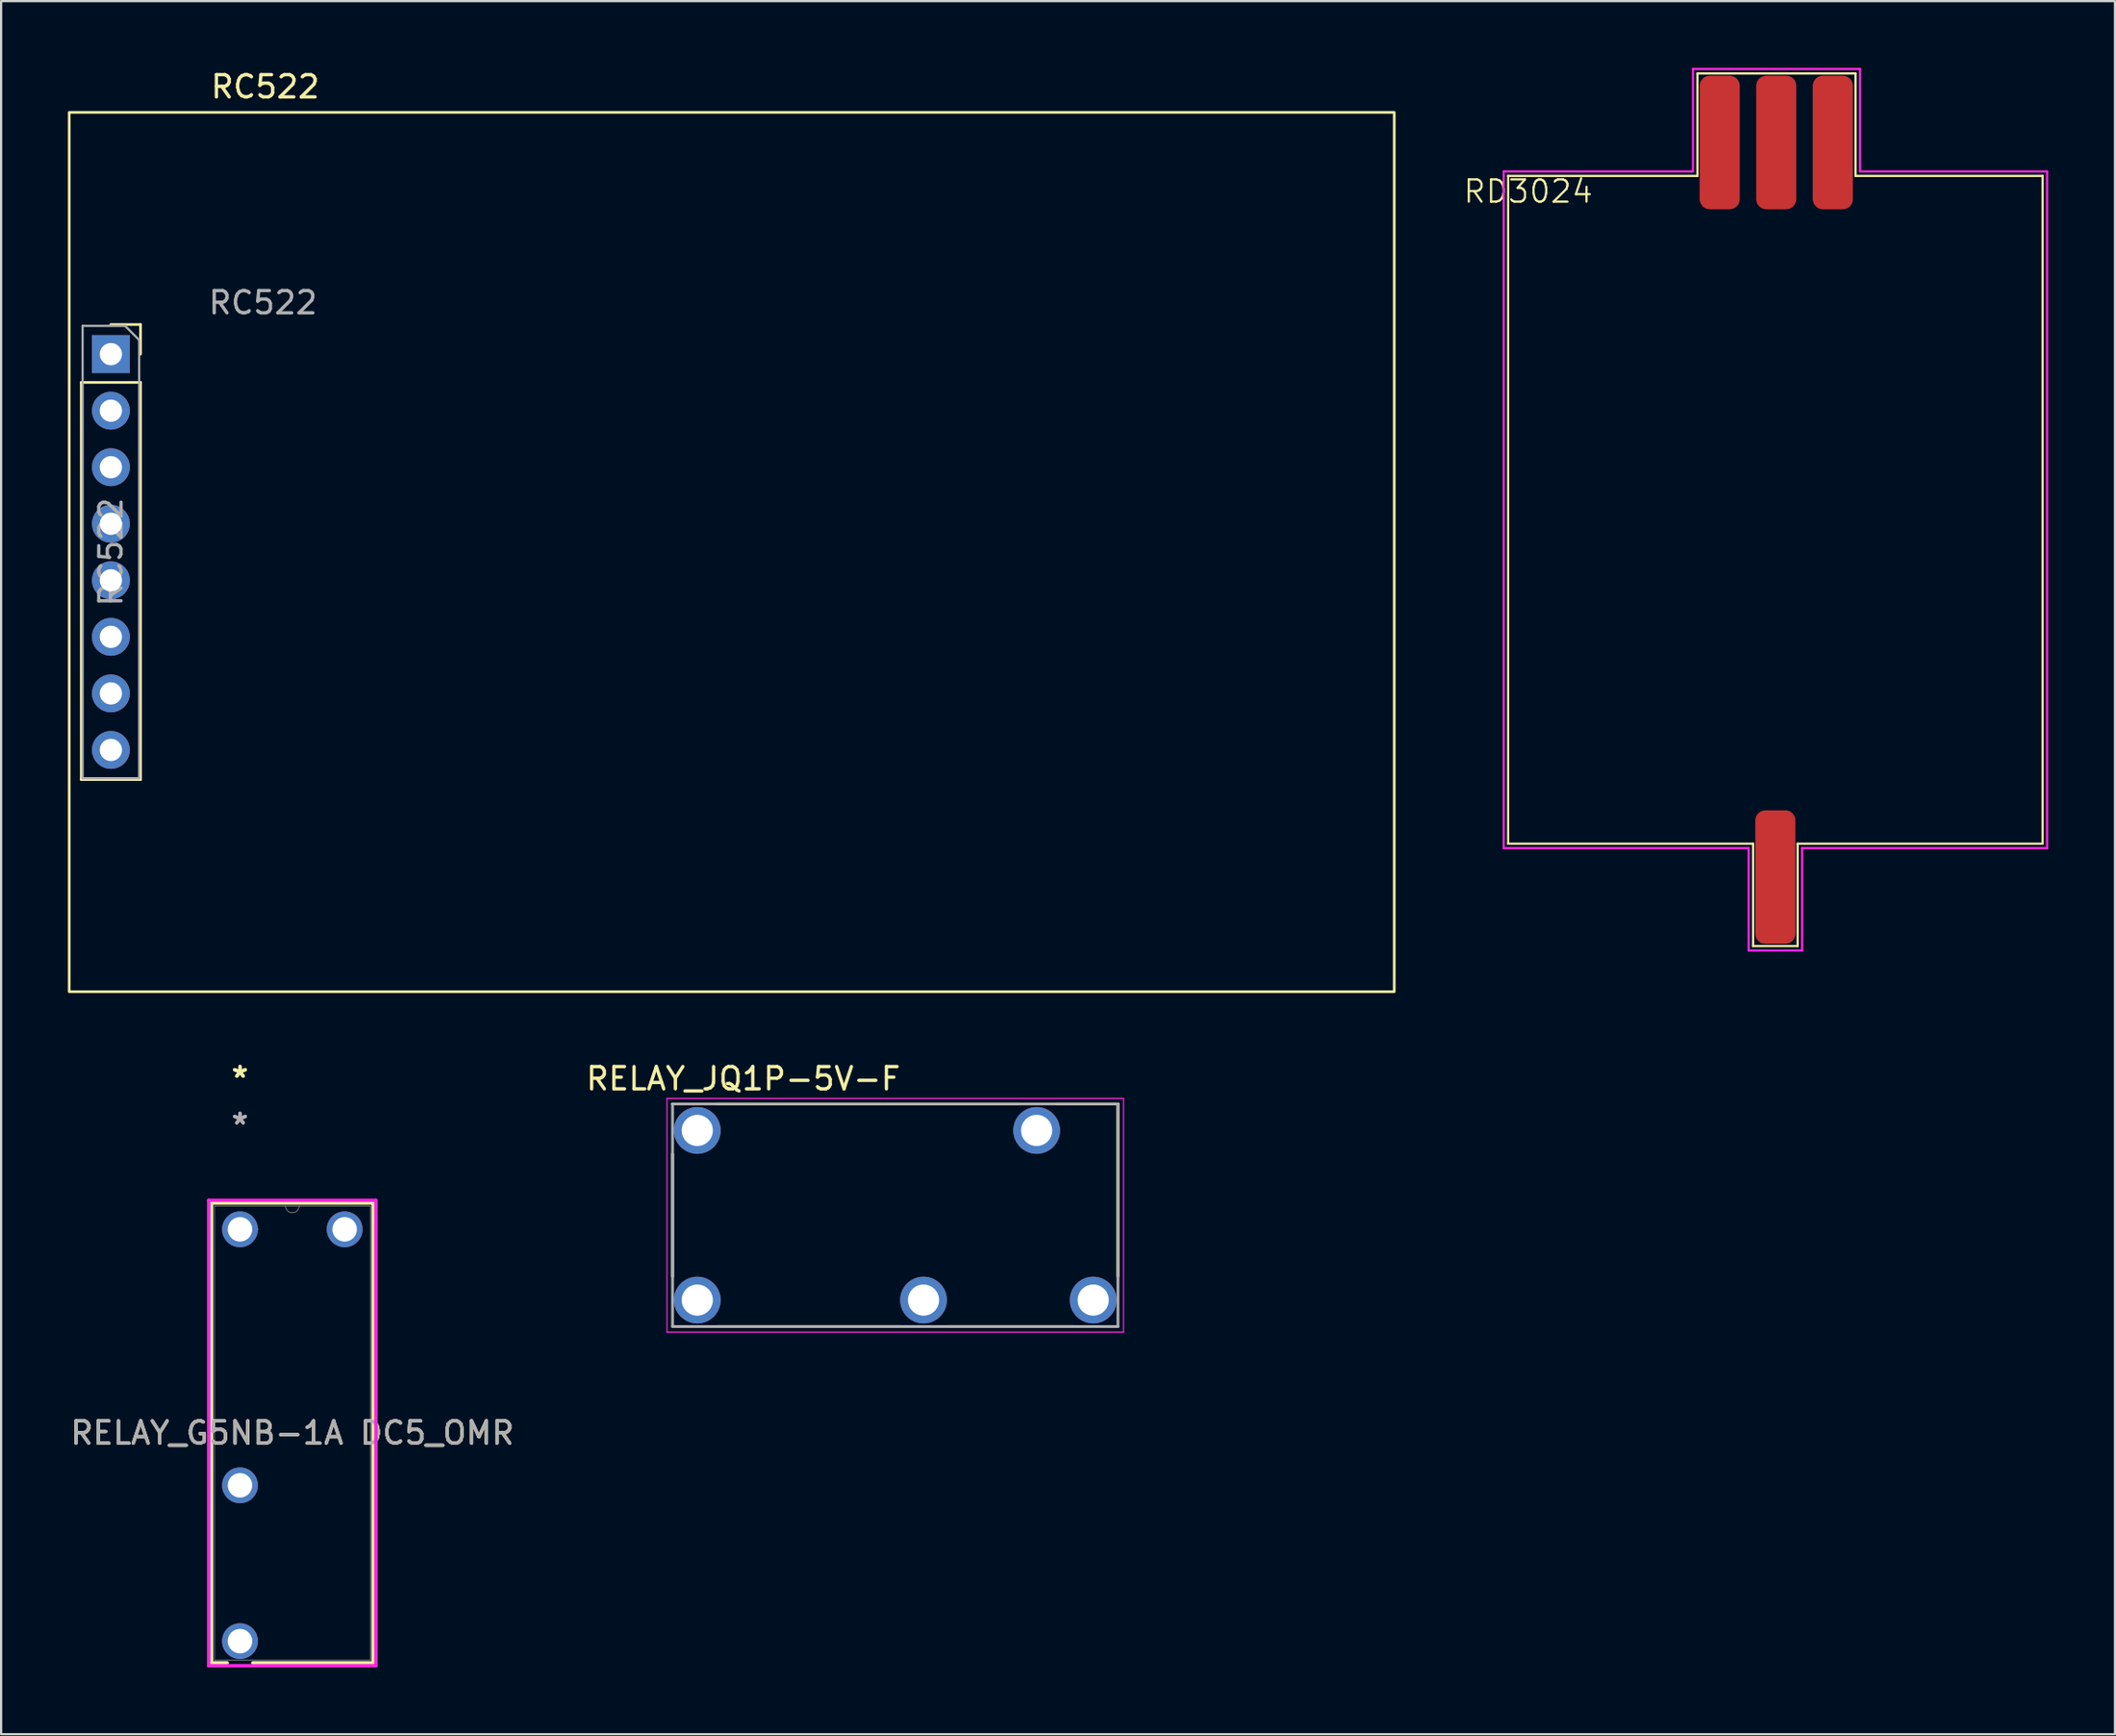
<source format=kicad_pcb>
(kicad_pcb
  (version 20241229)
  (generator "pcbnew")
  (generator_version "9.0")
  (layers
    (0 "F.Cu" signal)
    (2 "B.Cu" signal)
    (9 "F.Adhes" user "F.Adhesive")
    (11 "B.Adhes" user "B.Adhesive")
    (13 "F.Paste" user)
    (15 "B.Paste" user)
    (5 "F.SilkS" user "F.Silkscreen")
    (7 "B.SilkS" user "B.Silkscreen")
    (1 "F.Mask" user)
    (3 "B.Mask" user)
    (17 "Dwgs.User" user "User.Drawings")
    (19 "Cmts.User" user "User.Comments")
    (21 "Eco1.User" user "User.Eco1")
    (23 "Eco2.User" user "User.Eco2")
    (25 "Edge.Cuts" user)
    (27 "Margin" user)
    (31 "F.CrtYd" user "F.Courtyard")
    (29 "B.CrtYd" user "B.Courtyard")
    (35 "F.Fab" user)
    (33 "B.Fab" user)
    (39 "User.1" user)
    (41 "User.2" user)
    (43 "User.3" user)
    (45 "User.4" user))
  (footprint "RD3024"
    (layer "F.Cu")
    (at 64.675 4.85)
    (property "Reference" "RD3024" (at 0.9 0.7 0) (unlocked yes) (layer "F.SilkS") (effects (font (size 1 1) (thickness 0.1))))
    (attr smd)
    (fp_line (start 0 0) (end 0 30) (stroke (width 0.1) (type default)) (layer "F.SilkS"))
    (fp_line (start 0 30) (end 11 30) (stroke (width 0.1) (type default)) (layer "F.SilkS"))
    (fp_line (start 8.5 -4.6) (end 8.5 0) (stroke (width 0.1) (type default)) (layer "F.SilkS"))
    (fp_line (start 8.5 0) (end 0 0) (stroke (width 0.1) (type default)) (layer "F.SilkS"))
    (fp_line (start 11 30) (end 11 34.6) (stroke (width 0.1) (type default)) (layer "F.SilkS"))
    (fp_line (start 11 34.6) (end 13 34.6) (stroke (width 0.1) (type default)) (layer "F.SilkS"))
    (fp_line (start 13 30) (end 24 30) (stroke (width 0.1) (type default)) (layer "F.SilkS"))
    (fp_line (start 13 34.6) (end 13 30) (stroke (width 0.1) (type default)) (layer "F.SilkS"))
    (fp_line (start 15.6 -4.6) (end 8.5 -4.6) (stroke (width 0.1) (type default)) (layer "F.SilkS"))
    (fp_line (start 15.6 0) (end 15.6 -4.6) (stroke (width 0.1) (type default)) (layer "F.SilkS"))
    (fp_line (start 24 0) (end 15.6 0) (stroke (width 0.1) (type default)) (layer "F.SilkS"))
    (fp_line (start 24 30) (end 24 0) (stroke (width 0.1) (type default)) (layer "F.SilkS"))
    (fp_line (start -0.2 -0.2) (end -0.2 30.2) (stroke (width 0.1) (type default)) (layer "F.CrtYd"))
    (fp_line (start -0.2 30.2) (end 10.8 30.2) (stroke (width 0.1) (type default)) (layer "F.CrtYd"))
    (fp_line (start 8.3 -4.8) (end 8.3 -0.2) (stroke (width 0.1) (type default)) (layer "F.CrtYd"))
    (fp_line (start 8.3 -0.2) (end -0.2 -0.2) (stroke (width 0.1) (type default)) (layer "F.CrtYd"))
    (fp_line (start 10.8 30.2) (end 10.8 34.8) (stroke (width 0.1) (type default)) (layer "F.CrtYd"))
    (fp_line (start 10.8 34.8) (end 13.2 34.8) (stroke (width 0.1) (type default)) (layer "F.CrtYd"))
    (fp_line (start 13.2 30.2) (end 24.2 30.2) (stroke (width 0.1) (type default)) (layer "F.CrtYd"))
    (fp_line (start 13.2 34.8) (end 13.2 30.2) (stroke (width 0.1) (type default)) (layer "F.CrtYd"))
    (fp_line (start 15.8 -4.8) (end 8.3 -4.8) (stroke (width 0.1) (type default)) (layer "F.CrtYd"))
    (fp_line (start 15.8 -0.2) (end 15.8 -4.8) (stroke (width 0.1) (type default)) (layer "F.CrtYd"))
    (fp_line (start 24.2 -0.2) (end 15.8 -0.2) (stroke (width 0.1) (type default)) (layer "F.CrtYd"))
    (fp_line (start 24.2 30.2) (end 24.2 -0.2) (stroke (width 0.1) (type default)) (layer "F.CrtYd"))
    (pad "1" smd roundrect (at 12.04 -1.5) (size 1.8 6) (layers "F.Cu" "F.Mask") (roundrect_rratio 0.25))
    (pad "2" smd roundrect (at 9.5 -1.5) (size 1.8 6) (layers "F.Cu" "F.Mask") (roundrect_rratio 0.25))
    (pad "3" smd roundrect (at 12 31.5) (size 1.8 6) (layers "F.Cu" "F.Mask") (roundrect_rratio 0.25))
    (pad "3" smd roundrect (at 14.58 -1.5) (size 1.8 6) (layers "F.Cu" "F.Mask") (roundrect_rratio 0.25)))
  (footprint "RC522"
    (layer "F.Cu")
    (at 1.96 21.748)
    (property "Reference" "RC522" (at 6.9 -20.9 0) (unlocked yes) (layer "F.SilkS") (effects (font (size 1 1) (thickness 0.15))))
    (attr smd)
    (fp_line (start -1.36 -7.62) (end -1.36 10.22) (stroke (width 0.12) (type solid)) (layer "F.SilkS"))
    (fp_line (start -1.36 -7.62) (end 1.3 -7.62) (stroke (width 0.12) (type solid)) (layer "F.SilkS"))
    (fp_line (start -1.36 10.22) (end 1.3 10.22) (stroke (width 0.12) (type solid)) (layer "F.SilkS"))
    (fp_line (start -0.03 -10.22) (end 1.3 -10.22) (stroke (width 0.12) (type solid)) (layer "F.SilkS"))
    (fp_line (start 1.3 -10.22) (end 1.3 -8.89) (stroke (width 0.12) (type solid)) (layer "F.SilkS"))
    (fp_line (start 1.3 -7.62) (end 1.3 10.22) (stroke (width 0.12) (type solid)) (layer "F.SilkS"))
    (fp_rect (start -1.9 -19.75) (end 57.6 19.75) (stroke (width 0.12) (type solid)) (fill no) (layer "F.SilkS"))
    (fp_line (start -1.3 -10.16) (end 0.605 -10.16) (stroke (width 0.1) (type solid)) (layer "F.Fab"))
    (fp_line (start -1.3 10.16) (end -1.3 -10.16) (stroke (width 0.1) (type solid)) (layer "F.Fab"))
    (fp_line (start 0.605 -10.16) (end 1.24 -9.525) (stroke (width 0.1) (type solid)) (layer "F.Fab"))
    (fp_line (start 1.24 -9.525) (end 1.24 10.16) (stroke (width 0.1) (type solid)) (layer "F.Fab"))
    (fp_line (start 1.24 10.16) (end -1.3 10.16) (stroke (width 0.1) (type solid)) (layer "F.Fab"))
    (fp_text user "${REFERENCE}" (at 6.8 -11.2 0) (unlocked yes) (layer "F.Fab") (effects (font (size 1 1) (thickness 0.15))))
    (fp_text user "${REFERENCE}" (at -0.03 0 90) (layer "F.Fab") (effects (font (size 1 1) (thickness 0.15))))
    (pad "1" thru_hole rect (at -0.03 -8.89) (size 1.7 1.7) (drill 1) (layers "*.Cu" "*.Mask"))
    (pad "2" thru_hole oval (at -0.03 -6.35) (size 1.7 1.7) (drill 1) (layers "*.Cu" "*.Mask"))
    (pad "3" thru_hole oval (at -0.03 -3.81) (size 1.7 1.7) (drill 1) (layers "*.Cu" "*.Mask"))
    (pad "4" thru_hole oval (at -0.03 -1.27) (size 1.7 1.7) (drill 1) (layers "*.Cu" "*.Mask"))
    (pad "5" thru_hole oval (at -0.03 1.27) (size 1.7 1.7) (drill 1) (layers "*.Cu" "*.Mask"))
    (pad "6" thru_hole oval (at -0.03 3.81) (size 1.7 1.7) (drill 1) (layers "*.Cu" "*.Mask"))
    (pad "7" thru_hole oval (at -0.03 6.35) (size 1.7 1.7) (drill 1) (layers "*.Cu" "*.Mask"))
    (pad "8" thru_hole oval (at -0.03 8.89) (size 1.7 1.7) (drill 1) (layers "*.Cu" "*.Mask")))
  (footprint "RELAY_JQ1P-5V-F"
    (layer "F.Cu")
    (at 37.152 51.541)
    (property "Reference" "RELAY_JQ1P-5V-F" (at -6.825 -6.135 0) (layer "F.SilkS") (effects (font (size 1 1) (thickness 0.15))))
    (attr through_hole)
    (fp_line (start -10 -2.75) (end -10 2.75) (stroke (width 0.127) (type solid)) (layer "F.SilkS"))
    (fp_line (start -8 5) (end 0.25 5) (stroke (width 0.127) (type solid)) (layer "F.SilkS"))
    (fp_line (start 2.38 5) (end 8 5) (stroke (width 0.127) (type solid)) (layer "F.SilkS"))
    (fp_line (start 5.5 -5) (end -8 -5) (stroke (width 0.127) (type solid)) (layer "F.SilkS"))
    (fp_line (start 10 -5) (end 7.25 -5) (stroke (width 0.127) (type solid)) (layer "F.SilkS"))
    (fp_line (start 10 -5) (end 10 2.75) (stroke (width 0.127) (type solid)) (layer "F.SilkS"))
    (fp_line (start -10.25 -5.25) (end -10.25 5.25) (stroke (width 0.05) (type solid)) (layer "F.CrtYd"))
    (fp_line (start -10.25 5.25) (end 10.25 5.25) (stroke (width 0.05) (type solid)) (layer "F.CrtYd"))
    (fp_line (start 10.25 -5.25) (end -10.25 -5.25) (stroke (width 0.05) (type solid)) (layer "F.CrtYd"))
    (fp_line (start 10.25 5.25) (end 10.25 -5.25) (stroke (width 0.05) (type solid)) (layer "F.CrtYd"))
    (fp_line (start -10.002 -5) (end -10 -5) (stroke (width 0.127) (type solid)) (layer "F.Fab"))
    (fp_line (start -10 -5) (end -10 5) (stroke (width 0.127) (type solid)) (layer "F.Fab"))
    (fp_line (start -10 -5) (end 10 -5) (stroke (width 0.127) (type solid)) (layer "F.Fab"))
    (fp_line (start -10 5) (end 10 5) (stroke (width 0.127) (type solid)) (layer "F.Fab"))
    (fp_line (start 10 -5) (end 10 5) (stroke (width 0.127) (type solid)) (layer "F.Fab"))
    (pad "COIL1" thru_hole circle (at -8.89 -3.81) (size 2.1 2.1) (drill 1.4) (layers "*.Cu" "*.Mask"))
    (pad "COIL2" thru_hole circle (at -8.89 3.81) (size 2.1 2.1) (drill 1.4) (layers "*.Cu" "*.Mask"))
    (pad "COM" thru_hole circle (at 1.27 3.81) (size 2.1 2.1) (drill 1.4) (layers "*.Cu" "*.Mask"))
    (pad "NC" thru_hole circle (at 6.35 -3.81) (size 2.1 2.1) (drill 1.4) (layers "*.Cu" "*.Mask"))
    (pad "NO" thru_hole circle (at 8.89 3.81) (size 2.1 2.1) (drill 1.4) (layers "*.Cu" "*.Mask")))
  (footprint "RELAY_G5NB-1A DC5_OMR"
    (layer "F.Cu")
    (at 12.427 70.473)
    (property "Reference" "RELAY_G5NB-1A DC5_OMR" (at -2.35 -9.15 0) (unlocked yes) (layer "F.SilkS") (effects (font (size 1 1) (thickness 0.15))))
    (fp_line (start -5.977 -19.477) (end -5.977 1.177) (stroke (width 0.152) (type solid)) (layer "F.SilkS"))
    (fp_line (start -5.977 1.177) (end -5.273 1.177) (stroke (width 0.152) (type solid)) (layer "F.SilkS"))
    (fp_line (start -4.127 1.177) (end 1.277 1.177) (stroke (width 0.152) (type solid)) (layer "F.SilkS"))
    (fp_line (start 1.277 -19.477) (end -5.977 -19.477) (stroke (width 0.152) (type solid)) (layer "F.SilkS"))
    (fp_line (start 1.277 1.177) (end 1.277 -19.477) (stroke (width 0.152) (type solid)) (layer "F.SilkS"))
    (fp_line (start -6.104 -19.604) (end 1.404 -19.604) (stroke (width 0.152) (type solid)) (layer "F.CrtYd"))
    (fp_line (start -6.104 1.304) (end -6.104 -19.604) (stroke (width 0.152) (type solid)) (layer "F.CrtYd"))
    (fp_line (start 1.404 -19.604) (end 1.404 1.304) (stroke (width 0.152) (type solid)) (layer "F.CrtYd"))
    (fp_line (start 1.404 1.304) (end -6.104 1.304) (stroke (width 0.152) (type solid)) (layer "F.CrtYd"))
    (fp_line (start -5.85 -19.35) (end -5.85 1.05) (stroke (width 0.025) (type solid)) (layer "F.Fab"))
    (fp_line (start -5.85 1.05) (end 1.15 1.05) (stroke (width 0.025) (type solid)) (layer "F.Fab"))
    (fp_line (start 1.15 -19.35) (end -5.85 -19.35) (stroke (width 0.025) (type solid)) (layer "F.Fab"))
    (fp_line (start 1.15 1.05) (end 1.15 -19.35) (stroke (width 0.025) (type solid)) (layer "F.Fab"))
    (fp_arc (start -2.0452 -19.35) (mid -2.35 -19.0452) (end -2.6548 -19.35) (stroke (width 0.0254) (type solid)) (layer "F.Fab"))
    (fp_circle (center -3.9 -18.3) (end -3.9 -18.3) (stroke (width 0.025) (type solid)) (fill no) (layer "F.Fab"))
    (fp_text user "*" (at -4.7 -25.067 0) (layer "F.SilkS") (effects (font (size 1 1) (thickness 0.15))))
    (fp_text user "*" (at -4.7 -25.067 0) (unlocked yes) (layer "F.SilkS") (effects (font (size 1 1) (thickness 0.15))))
    (fp_text user "*" (at -4.7 -22.967 0) (unlocked yes) (layer "F.Fab") (effects (font (size 1 1) (thickness 0.15))))
    (fp_text user "*" (at -4.7 -22.967 0) (layer "F.Fab") (effects (font (size 1 1) (thickness 0.15))))
    (fp_text user "${REFERENCE}" (at -2.35 -9.15 0) (unlocked yes) (layer "F.Fab") (effects (font (size 1 1) (thickness 0.15))))
    (pad "1" thru_hole circle (at -4.7 -18.3) (size 1.608 1.608) (drill 1.1) (layers "*.Cu" "*.Mask"))
    (pad "2" thru_hole circle (at -4.7 -6.8) (size 1.608 1.608) (drill 1.1) (layers "*.Cu" "*.Mask"))
    (pad "3" thru_hole circle (at -4.7 0.2) (size 1.608 1.608) (drill 1.1) (layers "*.Cu" "*.Mask"))
    (pad "4" thru_hole circle (at 0 -18.3) (size 1.608 1.608) (drill 1.1) (layers "*.Cu" "*.Mask")))
  (gr_rect
    (start -3 -3)
    (end 91.925 74.853)
    (stroke (width 0.1) (type default))
    (fill no)
    (layer "Edge.Cuts")))
</source>
